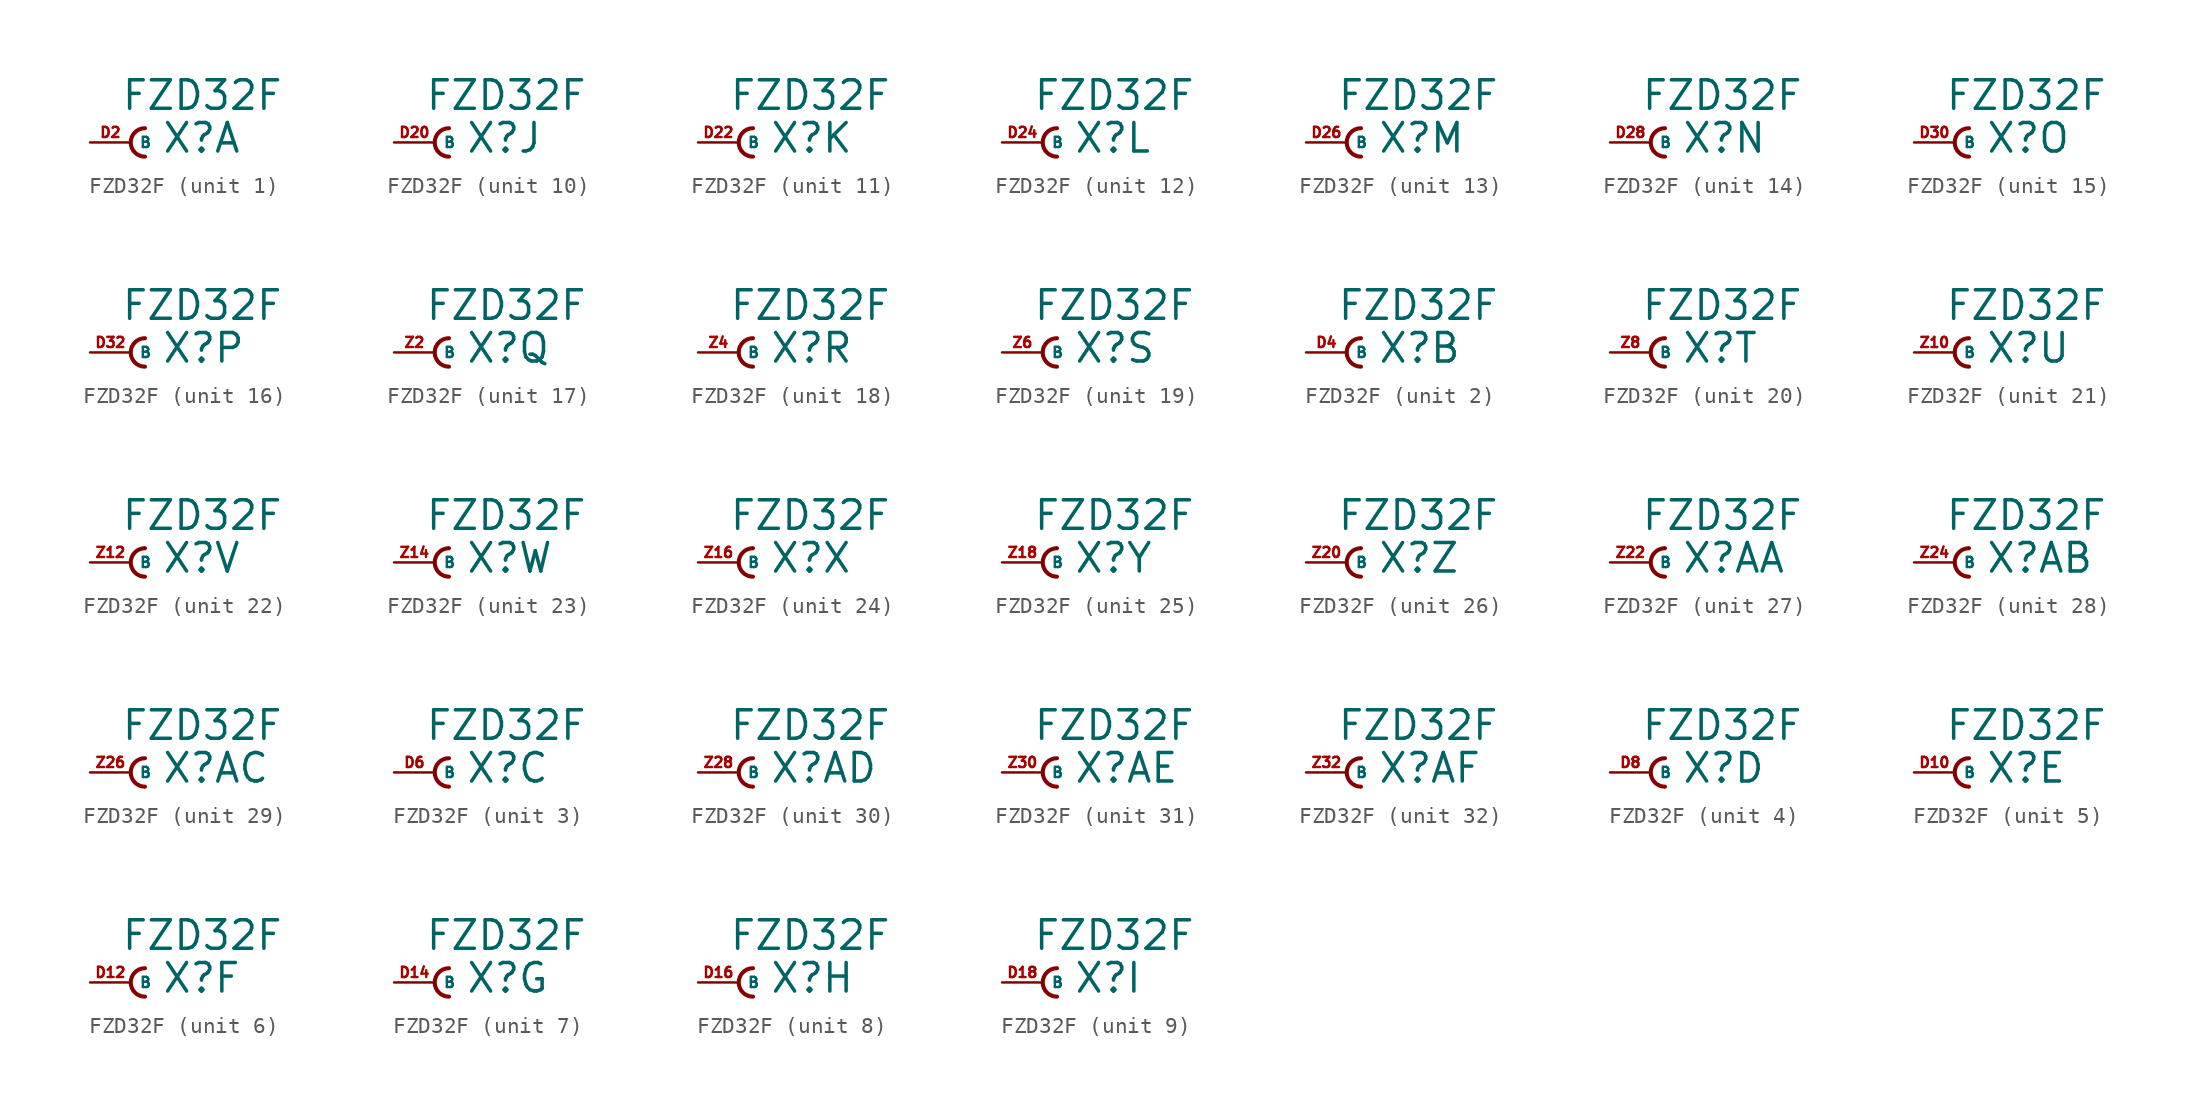
<source format=kicad_sym>
(kicad_symbol_lib
  (version 20220914)
  (generator Eagle2Kicad)
  (symbol "FZD32F"
    (property "Reference" "X"
      (at 1.905 -0.762 0)
      (effects (font (size 1.778 1.778) (thickness 0.22)) (justify left bottom)))
    (property "Value" "FZD32F"
      (at -0.635 1.905 0)
      (effects (font (size 1.778 1.778) (thickness 0.22)) (justify left bottom)))
    (symbol "FZD32F_1_0"
      (arc (start 0.889 0.889) (mid 0.000 0.000) (end 0.889 -0.889) (stroke (width 0.254) (type default)) (fill (type none)))
      (pin passive line (at -2.54 0 0) (length 2.54) (name "B" (effects (font (size 0.635 0.635) (thickness 0.08)) (justify left bottom))) (number "D2" (effects (font (size 0.635 0.635) (thickness 0.08)) (justify left bottom)))))
    (symbol "FZD32F_2_0"
      (arc (start 0.889 0.889) (mid 0.000 0.000) (end 0.889 -0.889) (stroke (width 0.254) (type default)) (fill (type none)))
      (pin passive line (at -2.54 0 0) (length 2.54) (name "B" (effects (font (size 0.635 0.635) (thickness 0.08)) (justify left bottom))) (number "D4" (effects (font (size 0.635 0.635) (thickness 0.08)) (justify left bottom)))))
    (symbol "FZD32F_3_0"
      (arc (start 0.889 0.889) (mid 0.000 0.000) (end 0.889 -0.889) (stroke (width 0.254) (type default)) (fill (type none)))
      (pin passive line (at -2.54 0 0) (length 2.54) (name "B" (effects (font (size 0.635 0.635) (thickness 0.08)) (justify left bottom))) (number "D6" (effects (font (size 0.635 0.635) (thickness 0.08)) (justify left bottom)))))
    (symbol "FZD32F_4_0"
      (arc (start 0.889 0.889) (mid 0.000 0.000) (end 0.889 -0.889) (stroke (width 0.254) (type default)) (fill (type none)))
      (pin passive line (at -2.54 0 0) (length 2.54) (name "B" (effects (font (size 0.635 0.635) (thickness 0.08)) (justify left bottom))) (number "D8" (effects (font (size 0.635 0.635) (thickness 0.08)) (justify left bottom)))))
    (symbol "FZD32F_5_0"
      (arc (start 0.889 0.889) (mid 0.000 0.000) (end 0.889 -0.889) (stroke (width 0.254) (type default)) (fill (type none)))
      (pin passive line (at -2.54 0 0) (length 2.54) (name "B" (effects (font (size 0.635 0.635) (thickness 0.08)) (justify left bottom))) (number "D10" (effects (font (size 0.635 0.635) (thickness 0.08)) (justify left bottom)))))
    (symbol "FZD32F_6_0"
      (arc (start 0.889 0.889) (mid 0.000 0.000) (end 0.889 -0.889) (stroke (width 0.254) (type default)) (fill (type none)))
      (pin passive line (at -2.54 0 0) (length 2.54) (name "B" (effects (font (size 0.635 0.635) (thickness 0.08)) (justify left bottom))) (number "D12" (effects (font (size 0.635 0.635) (thickness 0.08)) (justify left bottom)))))
    (symbol "FZD32F_7_0"
      (arc (start 0.889 0.889) (mid 0.000 0.000) (end 0.889 -0.889) (stroke (width 0.254) (type default)) (fill (type none)))
      (pin passive line (at -2.54 0 0) (length 2.54) (name "B" (effects (font (size 0.635 0.635) (thickness 0.08)) (justify left bottom))) (number "D14" (effects (font (size 0.635 0.635) (thickness 0.08)) (justify left bottom)))))
    (symbol "FZD32F_8_0"
      (arc (start 0.889 0.889) (mid 0.000 0.000) (end 0.889 -0.889) (stroke (width 0.254) (type default)) (fill (type none)))
      (pin passive line (at -2.54 0 0) (length 2.54) (name "B" (effects (font (size 0.635 0.635) (thickness 0.08)) (justify left bottom))) (number "D16" (effects (font (size 0.635 0.635) (thickness 0.08)) (justify left bottom)))))
    (symbol "FZD32F_9_0"
      (arc (start 0.889 0.889) (mid 0.000 0.000) (end 0.889 -0.889) (stroke (width 0.254) (type default)) (fill (type none)))
      (pin passive line (at -2.54 0 0) (length 2.54) (name "B" (effects (font (size 0.635 0.635) (thickness 0.08)) (justify left bottom))) (number "D18" (effects (font (size 0.635 0.635) (thickness 0.08)) (justify left bottom)))))
    (symbol "FZD32F_10_0"
      (arc (start 0.889 0.889) (mid 0.000 0.000) (end 0.889 -0.889) (stroke (width 0.254) (type default)) (fill (type none)))
      (pin passive line (at -2.54 0 0) (length 2.54) (name "B" (effects (font (size 0.635 0.635) (thickness 0.08)) (justify left bottom))) (number "D20" (effects (font (size 0.635 0.635) (thickness 0.08)) (justify left bottom)))))
    (symbol "FZD32F_11_0"
      (arc (start 0.889 0.889) (mid 0.000 0.000) (end 0.889 -0.889) (stroke (width 0.254) (type default)) (fill (type none)))
      (pin passive line (at -2.54 0 0) (length 2.54) (name "B" (effects (font (size 0.635 0.635) (thickness 0.08)) (justify left bottom))) (number "D22" (effects (font (size 0.635 0.635) (thickness 0.08)) (justify left bottom)))))
    (symbol "FZD32F_12_0"
      (arc (start 0.889 0.889) (mid 0.000 0.000) (end 0.889 -0.889) (stroke (width 0.254) (type default)) (fill (type none)))
      (pin passive line (at -2.54 0 0) (length 2.54) (name "B" (effects (font (size 0.635 0.635) (thickness 0.08)) (justify left bottom))) (number "D24" (effects (font (size 0.635 0.635) (thickness 0.08)) (justify left bottom)))))
    (symbol "FZD32F_13_0"
      (arc (start 0.889 0.889) (mid 0.000 0.000) (end 0.889 -0.889) (stroke (width 0.254) (type default)) (fill (type none)))
      (pin passive line (at -2.54 0 0) (length 2.54) (name "B" (effects (font (size 0.635 0.635) (thickness 0.08)) (justify left bottom))) (number "D26" (effects (font (size 0.635 0.635) (thickness 0.08)) (justify left bottom)))))
    (symbol "FZD32F_14_0"
      (arc (start 0.889 0.889) (mid 0.000 0.000) (end 0.889 -0.889) (stroke (width 0.254) (type default)) (fill (type none)))
      (pin passive line (at -2.54 0 0) (length 2.54) (name "B" (effects (font (size 0.635 0.635) (thickness 0.08)) (justify left bottom))) (number "D28" (effects (font (size 0.635 0.635) (thickness 0.08)) (justify left bottom)))))
    (symbol "FZD32F_15_0"
      (arc (start 0.889 0.889) (mid 0.000 0.000) (end 0.889 -0.889) (stroke (width 0.254) (type default)) (fill (type none)))
      (pin passive line (at -2.54 0 0) (length 2.54) (name "B" (effects (font (size 0.635 0.635) (thickness 0.08)) (justify left bottom))) (number "D30" (effects (font (size 0.635 0.635) (thickness 0.08)) (justify left bottom)))))
    (symbol "FZD32F_16_0"
      (arc (start 0.889 0.889) (mid 0.000 0.000) (end 0.889 -0.889) (stroke (width 0.254) (type default)) (fill (type none)))
      (pin passive line (at -2.54 0 0) (length 2.54) (name "B" (effects (font (size 0.635 0.635) (thickness 0.08)) (justify left bottom))) (number "D32" (effects (font (size 0.635 0.635) (thickness 0.08)) (justify left bottom)))))
    (symbol "FZD32F_17_0"
      (arc (start 0.889 0.889) (mid 0.000 0.000) (end 0.889 -0.889) (stroke (width 0.254) (type default)) (fill (type none)))
      (pin passive line (at -2.54 0 0) (length 2.54) (name "B" (effects (font (size 0.635 0.635) (thickness 0.08)) (justify left bottom))) (number "Z2" (effects (font (size 0.635 0.635) (thickness 0.08)) (justify left bottom)))))
    (symbol "FZD32F_18_0"
      (arc (start 0.889 0.889) (mid 0.000 0.000) (end 0.889 -0.889) (stroke (width 0.254) (type default)) (fill (type none)))
      (pin passive line (at -2.54 0 0) (length 2.54) (name "B" (effects (font (size 0.635 0.635) (thickness 0.08)) (justify left bottom))) (number "Z4" (effects (font (size 0.635 0.635) (thickness 0.08)) (justify left bottom)))))
    (symbol "FZD32F_19_0"
      (arc (start 0.889 0.889) (mid 0.000 0.000) (end 0.889 -0.889) (stroke (width 0.254) (type default)) (fill (type none)))
      (pin passive line (at -2.54 0 0) (length 2.54) (name "B" (effects (font (size 0.635 0.635) (thickness 0.08)) (justify left bottom))) (number "Z6" (effects (font (size 0.635 0.635) (thickness 0.08)) (justify left bottom)))))
    (symbol "FZD32F_20_0"
      (arc (start 0.889 0.889) (mid 0.000 0.000) (end 0.889 -0.889) (stroke (width 0.254) (type default)) (fill (type none)))
      (pin passive line (at -2.54 0 0) (length 2.54) (name "B" (effects (font (size 0.635 0.635) (thickness 0.08)) (justify left bottom))) (number "Z8" (effects (font (size 0.635 0.635) (thickness 0.08)) (justify left bottom)))))
    (symbol "FZD32F_21_0"
      (arc (start 0.889 0.889) (mid 0.000 0.000) (end 0.889 -0.889) (stroke (width 0.254) (type default)) (fill (type none)))
      (pin passive line (at -2.54 0 0) (length 2.54) (name "B" (effects (font (size 0.635 0.635) (thickness 0.08)) (justify left bottom))) (number "Z10" (effects (font (size 0.635 0.635) (thickness 0.08)) (justify left bottom)))))
    (symbol "FZD32F_22_0"
      (arc (start 0.889 0.889) (mid 0.000 0.000) (end 0.889 -0.889) (stroke (width 0.254) (type default)) (fill (type none)))
      (pin passive line (at -2.54 0 0) (length 2.54) (name "B" (effects (font (size 0.635 0.635) (thickness 0.08)) (justify left bottom))) (number "Z12" (effects (font (size 0.635 0.635) (thickness 0.08)) (justify left bottom)))))
    (symbol "FZD32F_23_0"
      (arc (start 0.889 0.889) (mid 0.000 0.000) (end 0.889 -0.889) (stroke (width 0.254) (type default)) (fill (type none)))
      (pin passive line (at -2.54 0 0) (length 2.54) (name "B" (effects (font (size 0.635 0.635) (thickness 0.08)) (justify left bottom))) (number "Z14" (effects (font (size 0.635 0.635) (thickness 0.08)) (justify left bottom)))))
    (symbol "FZD32F_24_0"
      (arc (start 0.889 0.889) (mid 0.000 0.000) (end 0.889 -0.889) (stroke (width 0.254) (type default)) (fill (type none)))
      (pin passive line (at -2.54 0 0) (length 2.54) (name "B" (effects (font (size 0.635 0.635) (thickness 0.08)) (justify left bottom))) (number "Z16" (effects (font (size 0.635 0.635) (thickness 0.08)) (justify left bottom)))))
    (symbol "FZD32F_25_0"
      (arc (start 0.889 0.889) (mid 0.000 0.000) (end 0.889 -0.889) (stroke (width 0.254) (type default)) (fill (type none)))
      (pin passive line (at -2.54 0 0) (length 2.54) (name "B" (effects (font (size 0.635 0.635) (thickness 0.08)) (justify left bottom))) (number "Z18" (effects (font (size 0.635 0.635) (thickness 0.08)) (justify left bottom)))))
    (symbol "FZD32F_26_0"
      (arc (start 0.889 0.889) (mid 0.000 0.000) (end 0.889 -0.889) (stroke (width 0.254) (type default)) (fill (type none)))
      (pin passive line (at -2.54 0 0) (length 2.54) (name "B" (effects (font (size 0.635 0.635) (thickness 0.08)) (justify left bottom))) (number "Z20" (effects (font (size 0.635 0.635) (thickness 0.08)) (justify left bottom)))))
    (symbol "FZD32F_27_0"
      (arc (start 0.889 0.889) (mid 0.000 0.000) (end 0.889 -0.889) (stroke (width 0.254) (type default)) (fill (type none)))
      (pin passive line (at -2.54 0 0) (length 2.54) (name "B" (effects (font (size 0.635 0.635) (thickness 0.08)) (justify left bottom))) (number "Z22" (effects (font (size 0.635 0.635) (thickness 0.08)) (justify left bottom)))))
    (symbol "FZD32F_28_0"
      (arc (start 0.889 0.889) (mid 0.000 0.000) (end 0.889 -0.889) (stroke (width 0.254) (type default)) (fill (type none)))
      (pin passive line (at -2.54 0 0) (length 2.54) (name "B" (effects (font (size 0.635 0.635) (thickness 0.08)) (justify left bottom))) (number "Z24" (effects (font (size 0.635 0.635) (thickness 0.08)) (justify left bottom)))))
    (symbol "FZD32F_29_0"
      (arc (start 0.889 0.889) (mid 0.000 0.000) (end 0.889 -0.889) (stroke (width 0.254) (type default)) (fill (type none)))
      (pin passive line (at -2.54 0 0) (length 2.54) (name "B" (effects (font (size 0.635 0.635) (thickness 0.08)) (justify left bottom))) (number "Z26" (effects (font (size 0.635 0.635) (thickness 0.08)) (justify left bottom)))))
    (symbol "FZD32F_30_0"
      (arc (start 0.889 0.889) (mid 0.000 0.000) (end 0.889 -0.889) (stroke (width 0.254) (type default)) (fill (type none)))
      (pin passive line (at -2.54 0 0) (length 2.54) (name "B" (effects (font (size 0.635 0.635) (thickness 0.08)) (justify left bottom))) (number "Z28" (effects (font (size 0.635 0.635) (thickness 0.08)) (justify left bottom)))))
    (symbol "FZD32F_31_0"
      (arc (start 0.889 0.889) (mid 0.000 0.000) (end 0.889 -0.889) (stroke (width 0.254) (type default)) (fill (type none)))
      (pin passive line (at -2.54 0 0) (length 2.54) (name "B" (effects (font (size 0.635 0.635) (thickness 0.08)) (justify left bottom))) (number "Z30" (effects (font (size 0.635 0.635) (thickness 0.08)) (justify left bottom)))))
    (symbol "FZD32F_32_0"
      (arc (start 0.889 0.889) (mid 0.000 0.000) (end 0.889 -0.889) (stroke (width 0.254) (type default)) (fill (type none)))
      (pin passive line (at -2.54 0 0) (length 2.54) (name "B" (effects (font (size 0.635 0.635) (thickness 0.08)) (justify left bottom))) (number "Z32" (effects (font (size 0.635 0.635) (thickness 0.08)) (justify left bottom)))))))
</source>
